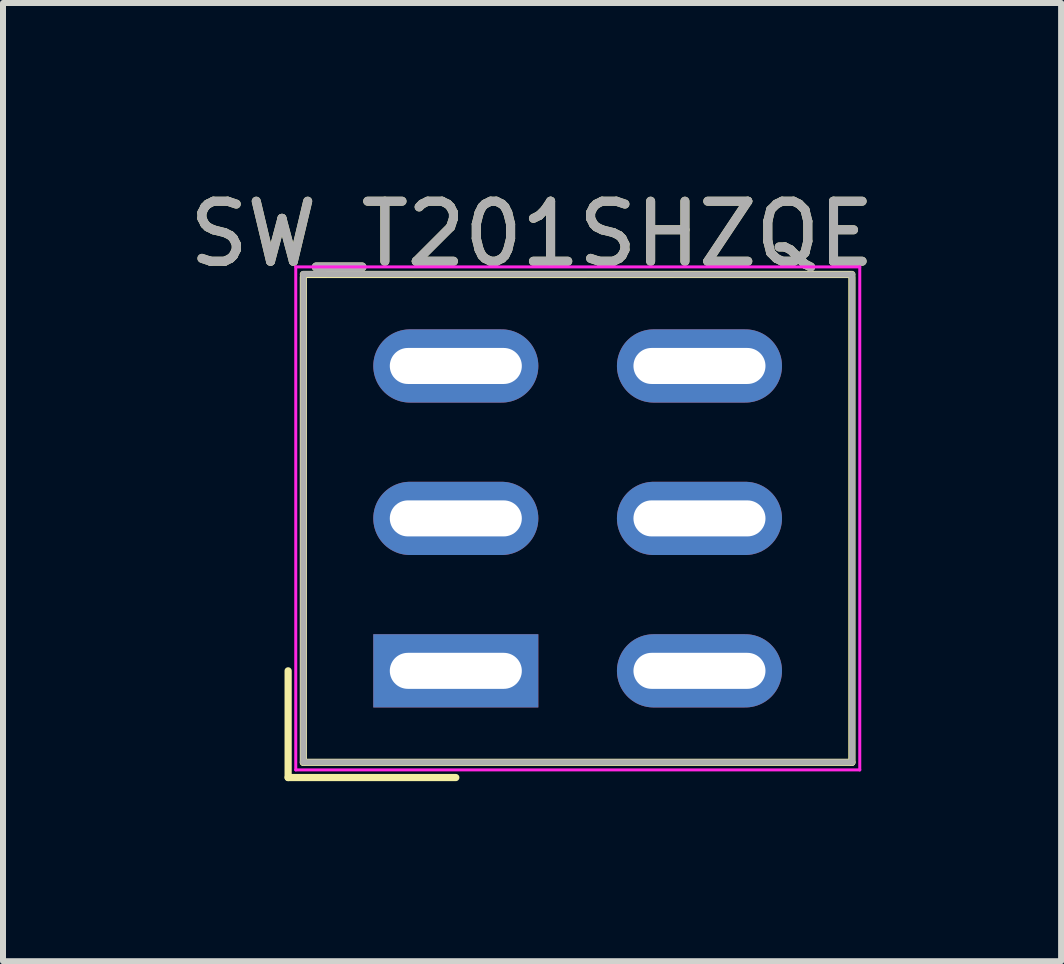
<source format=kicad_pcb>
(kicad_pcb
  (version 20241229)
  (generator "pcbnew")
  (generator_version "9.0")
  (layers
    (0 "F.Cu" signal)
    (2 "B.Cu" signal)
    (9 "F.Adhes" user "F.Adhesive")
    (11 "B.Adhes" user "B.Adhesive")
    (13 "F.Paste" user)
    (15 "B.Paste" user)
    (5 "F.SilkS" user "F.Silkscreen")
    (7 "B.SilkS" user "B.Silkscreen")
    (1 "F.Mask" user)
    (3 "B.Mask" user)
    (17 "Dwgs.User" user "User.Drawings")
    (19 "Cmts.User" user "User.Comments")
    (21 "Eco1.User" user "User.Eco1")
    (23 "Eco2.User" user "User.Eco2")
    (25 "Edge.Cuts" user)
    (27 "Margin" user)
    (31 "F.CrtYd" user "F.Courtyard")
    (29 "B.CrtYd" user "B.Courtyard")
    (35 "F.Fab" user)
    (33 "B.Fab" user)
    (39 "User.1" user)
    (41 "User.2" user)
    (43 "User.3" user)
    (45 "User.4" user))
  (footprint "SW_T201SHZQE"
    (layer "F.Cu")
    (at 4.545 3.048)
    (property "Reference" "SW_T201SHZQE" (at 1.27 -2.2 0) (layer "F.SilkS") (effects (font (size 1 1) (thickness 0.15))))
    (attr through_hole)
    (fp_line (start -2.794 5.08) (end -2.794 6.858) (stroke (width 0.12) (type solid)) (layer "F.SilkS"))
    (fp_line (start -2.794 6.858) (end 0 6.858) (stroke (width 0.12) (type solid)) (layer "F.SilkS"))
    (fp_line (start -2.54 -1.525) (end 6.6 -1.525) (stroke (width 0.12) (type solid)) (layer "F.SilkS"))
    (fp_line (start -2.54 6.605) (end -2.54 -1.48) (stroke (width 0.12) (type solid)) (layer "F.SilkS"))
    (fp_line (start -2.54 6.605) (end 6.6 6.605) (stroke (width 0.12) (type solid)) (layer "F.SilkS"))
    (fp_line (start 6.6 -1.48) (end 6.6 6.605) (stroke (width 0.12) (type solid)) (layer "F.SilkS"))
    (fp_line (start -2.667 6.731) (end -2.667 -1.651) (stroke (width 0.05) (type solid)) (layer "F.CrtYd"))
    (fp_line (start -2.667 6.731) (end 6.731 6.731) (stroke (width 0.05) (type solid)) (layer "F.CrtYd"))
    (fp_line (start 6.731 -1.651) (end -2.667 -1.651) (stroke (width 0.05) (type solid)) (layer "F.CrtYd"))
    (fp_line (start 6.731 -1.651) (end 6.731 6.731) (stroke (width 0.05) (type solid)) (layer "F.CrtYd"))
    (fp_line (start -2.54 -1.531) (end 6.604 -1.524) (stroke (width 0.1) (type solid)) (layer "F.Fab"))
    (fp_line (start -2.54 6.604) (end -2.54 -1.531) (stroke (width 0.1) (type solid)) (layer "F.Fab"))
    (fp_line (start -2.54 6.604) (end 6.604 6.604) (stroke (width 0.1) (type solid)) (layer "F.Fab"))
    (fp_line (start 6.604 6.604) (end 6.604 -1.524) (stroke (width 0.1) (type solid)) (layer "F.Fab"))
    (fp_text user "${REFERENCE}" (at 1.27 -2.2 0) (layer "F.Fab") (effects (font (size 1 1) (thickness 0.15))))
    (pad "1" thru_hole rect (at 0 5.08) (size 2.75 1.22) (drill oval 2.2 0.6) (layers "*.Cu" "*.Mask"))
    (pad "2" thru_hole oval (at 0 2.54) (size 2.75 1.22) (drill oval 2.2 0.6) (layers "*.Cu" "*.Mask"))
    (pad "3" thru_hole oval (at 0 0) (size 2.75 1.22) (drill oval 2.2 0.6) (layers "*.Cu" "*.Mask"))
    (pad "4" thru_hole oval (at 4.06 5.08) (size 2.75 1.22) (drill oval 2.2 0.6) (layers "*.Cu" "*.Mask"))
    (pad "5" thru_hole oval (at 4.06 2.54) (size 2.75 1.22) (drill oval 2.2 0.6) (layers "*.Cu" "*.Mask"))
    (pad "6" thru_hole oval (at 4.06 0) (size 2.75 1.22) (drill oval 2.2 0.6) (layers "*.Cu" "*.Mask")))
  (gr_rect
    (start -3 -3)
    (end 14.631 12.966)
    (stroke (width 0.1) (type default))
    (fill no)
    (layer "Edge.Cuts")))
</source>
